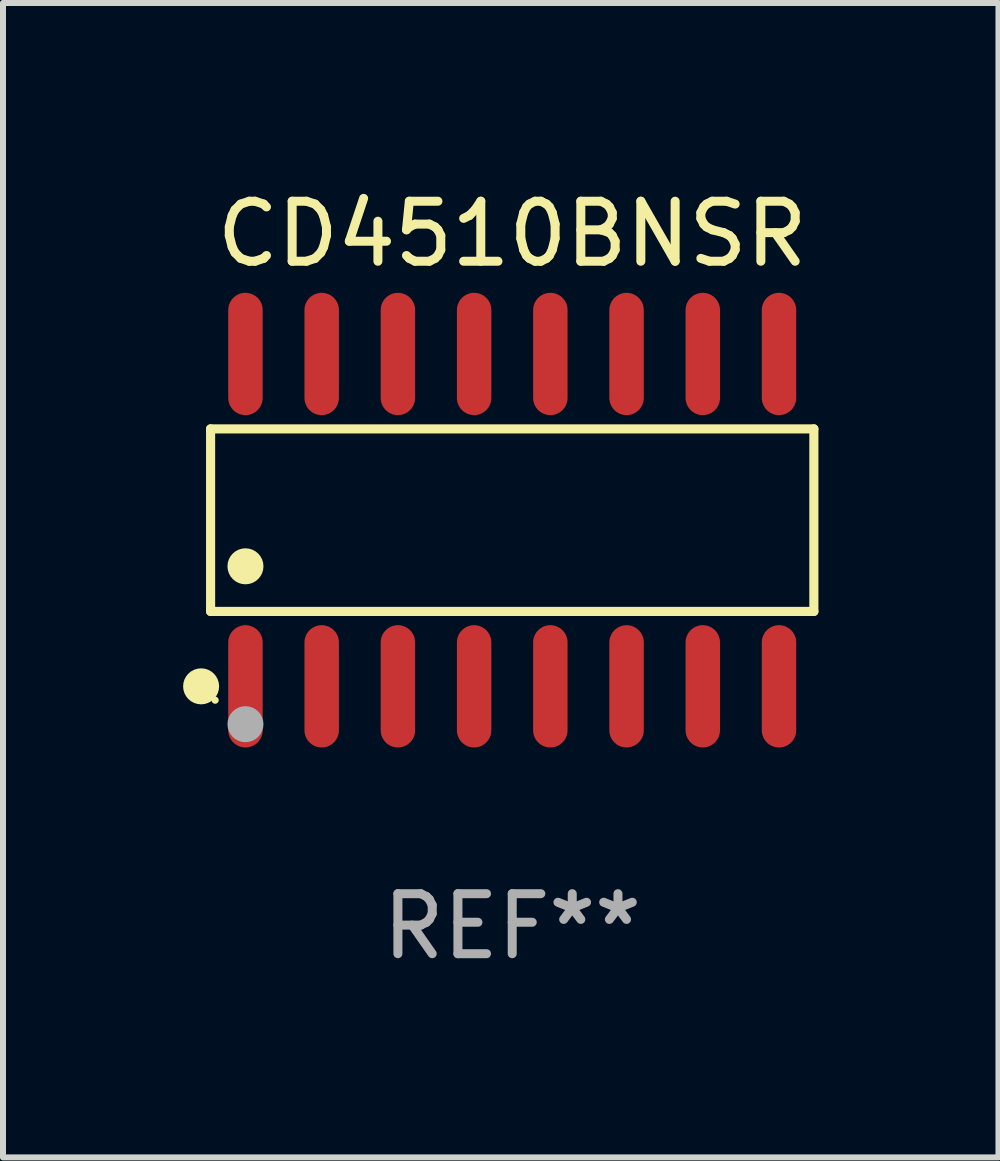
<source format=kicad_pcb>
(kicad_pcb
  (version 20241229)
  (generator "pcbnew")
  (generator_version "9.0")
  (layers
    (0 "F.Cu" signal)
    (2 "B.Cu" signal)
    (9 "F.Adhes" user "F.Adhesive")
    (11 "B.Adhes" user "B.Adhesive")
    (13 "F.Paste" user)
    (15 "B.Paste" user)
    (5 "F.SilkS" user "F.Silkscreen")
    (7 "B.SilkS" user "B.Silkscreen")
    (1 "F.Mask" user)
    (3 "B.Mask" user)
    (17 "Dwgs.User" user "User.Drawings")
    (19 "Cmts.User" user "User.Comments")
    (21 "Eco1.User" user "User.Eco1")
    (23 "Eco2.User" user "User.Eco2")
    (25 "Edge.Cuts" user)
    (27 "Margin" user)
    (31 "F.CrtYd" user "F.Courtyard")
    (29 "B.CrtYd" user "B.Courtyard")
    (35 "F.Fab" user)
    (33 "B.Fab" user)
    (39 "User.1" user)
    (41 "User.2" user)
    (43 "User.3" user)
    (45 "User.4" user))
  (footprint "CD4510BNSR"
    (layer "F.Cu")
    (at 5.485 5.617)
    (property "Reference" "CD4510BNSR" (at 0 -4.769 0) (layer "F.SilkS") (effects (font (size 1 1) (thickness 0.15))))
    (attr through_hole)
    (fp_line (start -5.026 -1.521) (end 5.026 -1.521) (stroke (width 0.152) (type solid)) (layer "F.SilkS"))
    (fp_line (start -5.026 1.521) (end -5.026 -1.521) (stroke (width 0.152) (type solid)) (layer "F.SilkS"))
    (fp_line (start 5.026 -1.521) (end 5.026 1.521) (stroke (width 0.152) (type solid)) (layer "F.SilkS"))
    (fp_line (start 5.026 1.521) (end -5.026 1.521) (stroke (width 0.152) (type solid)) (layer "F.SilkS"))
    (fp_circle (center -5.184 2.769) (end -5.034 2.769) (stroke (width 0.3) (type solid)) (fill no) (layer "F.SilkS"))
    (fp_circle (center -4.95 3) (end -4.92 3) (stroke (width 0.06) (type solid)) (fill no) (layer "F.SilkS"))
    (fp_circle (center -4.445 0.769) (end -4.295 0.769) (stroke (width 0.3) (type solid)) (fill no) (layer "F.SilkS"))
    (fp_circle (center -4.445 3.4) (end -4.295 3.4) (stroke (width 0.3) (type solid)) (fill no) (layer "F.Fab"))
    (fp_text user "REF**" (at 0 6.769 0) (layer "F.Fab") (effects (font (size 1 1) (thickness 0.15))))
    (pad "1" smd oval (at -4.445 2.769) (size 0.574 2.038) (layers "F.Cu" "F.Mask" "F.Paste"))
    (pad "2" smd oval (at -3.175 2.769) (size 0.574 2.038) (layers "F.Cu" "F.Mask" "F.Paste"))
    (pad "3" smd oval (at -1.905 2.769) (size 0.574 2.038) (layers "F.Cu" "F.Mask" "F.Paste"))
    (pad "4" smd oval (at -0.635 2.769) (size 0.574 2.038) (layers "F.Cu" "F.Mask" "F.Paste"))
    (pad "5" smd oval (at 0.635 2.769) (size 0.574 2.038) (layers "F.Cu" "F.Mask" "F.Paste"))
    (pad "6" smd oval (at 1.905 2.769) (size 0.574 2.038) (layers "F.Cu" "F.Mask" "F.Paste"))
    (pad "7" smd oval (at 3.175 2.769) (size 0.574 2.038) (layers "F.Cu" "F.Mask" "F.Paste"))
    (pad "8" smd oval (at 4.445 2.769) (size 0.574 2.038) (layers "F.Cu" "F.Mask" "F.Paste"))
    (pad "9" smd oval (at 4.445 -2.769) (size 0.574 2.038) (layers "F.Cu" "F.Mask" "F.Paste"))
    (pad "10" smd oval (at 3.175 -2.769) (size 0.574 2.038) (layers "F.Cu" "F.Mask" "F.Paste"))
    (pad "11" smd oval (at 1.905 -2.769) (size 0.574 2.038) (layers "F.Cu" "F.Mask" "F.Paste"))
    (pad "12" smd oval (at 0.635 -2.769) (size 0.574 2.038) (layers "F.Cu" "F.Mask" "F.Paste"))
    (pad "13" smd oval (at -0.635 -2.769) (size 0.574 2.038) (layers "F.Cu" "F.Mask" "F.Paste"))
    (pad "14" smd oval (at -1.905 -2.769) (size 0.574 2.038) (layers "F.Cu" "F.Mask" "F.Paste"))
    (pad "15" smd oval (at -3.175 -2.769) (size 0.574 2.038) (layers "F.Cu" "F.Mask" "F.Paste"))
    (pad "16" smd oval (at -4.445 -2.769) (size 0.574 2.038) (layers "F.Cu" "F.Mask" "F.Paste")))
  (gr_rect
    (start -3 -3)
    (end 13.587 16.235)
    (stroke (width 0.1) (type default))
    (fill no)
    (layer "Edge.Cuts")))
</source>
